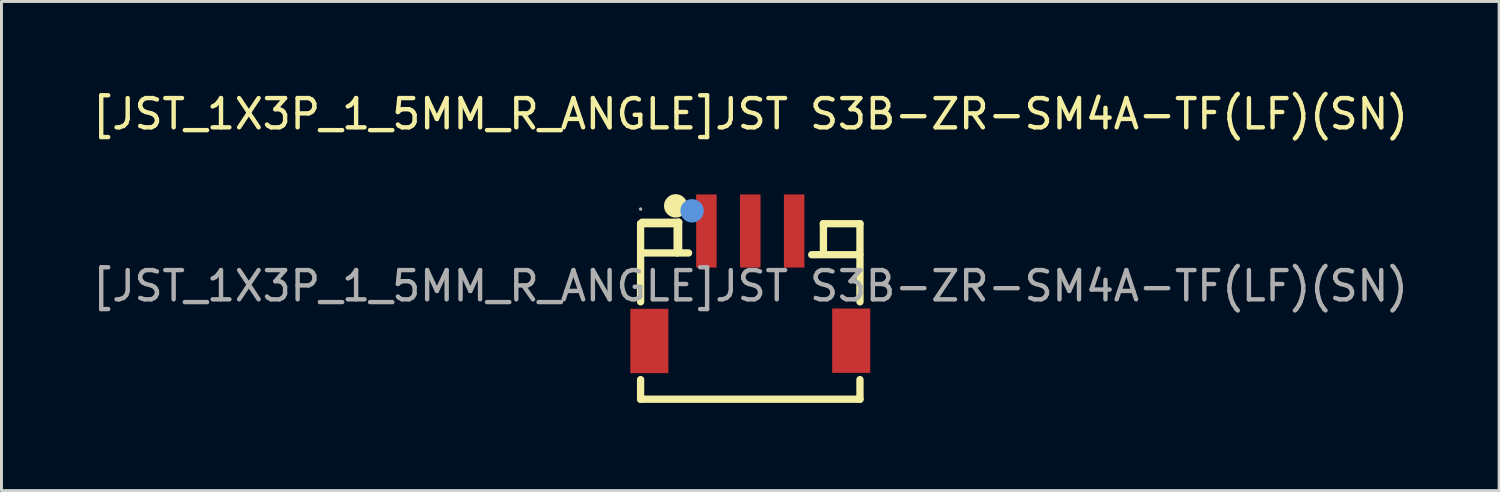
<source format=kicad_pcb>
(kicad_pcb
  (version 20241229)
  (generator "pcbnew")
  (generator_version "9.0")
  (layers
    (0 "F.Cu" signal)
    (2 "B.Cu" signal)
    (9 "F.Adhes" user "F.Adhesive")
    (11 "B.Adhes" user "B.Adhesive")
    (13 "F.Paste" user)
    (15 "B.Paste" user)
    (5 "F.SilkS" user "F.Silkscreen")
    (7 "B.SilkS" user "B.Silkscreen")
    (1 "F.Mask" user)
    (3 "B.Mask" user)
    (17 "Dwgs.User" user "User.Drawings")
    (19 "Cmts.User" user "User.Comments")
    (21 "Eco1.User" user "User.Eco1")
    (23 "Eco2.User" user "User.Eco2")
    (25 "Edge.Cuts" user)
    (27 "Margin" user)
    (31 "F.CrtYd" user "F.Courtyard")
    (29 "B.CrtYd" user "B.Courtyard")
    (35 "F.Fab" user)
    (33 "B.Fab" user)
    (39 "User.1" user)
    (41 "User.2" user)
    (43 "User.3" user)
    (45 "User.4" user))
  (footprint "[JST_1X3P_1_5MM_R_ANGLE]JST S3B-ZR-SM4A-TF(LF)(SN)"
    (layer "F.Cu")
    (at 22.601 6.728)
    (property "Reference" "[JST_1X3P_1_5MM_R_ANGLE]JST S3B-ZR-SM4A-TF(LF)(SN)" (at 0 -5.88 0) (layer "F.SilkS") (effects (font (size 1 1) (thickness 0.15))))
    (attr through_hole)
    (fp_line (start -3.75 -2.13) (end -3.75 0.54) (stroke (width 0.25) (type solid)) (layer "F.SilkS"))
    (fp_line (start -3.75 -2.13) (end -2.5 -2.13) (stroke (width 0.25) (type solid)) (layer "F.SilkS"))
    (fp_line (start -3.75 -1.13) (end -2.11 -1.13) (stroke (width 0.25) (type solid)) (layer "F.SilkS"))
    (fp_line (start -3.75 3.2) (end -3.75 3.87) (stroke (width 0.25) (type solid)) (layer "F.SilkS"))
    (fp_line (start -3.7 -2.18) (end -2.45 -2.18) (stroke (width 0.25) (type solid)) (layer "F.SilkS"))
    (fp_line (start -2.5 -2.13) (end -2.5 -2.13) (stroke (width 0.25) (type solid)) (layer "F.SilkS"))
    (fp_line (start -2.5 -2.13) (end -2.5 -1.13) (stroke (width 0.25) (type solid)) (layer "F.SilkS"))
    (fp_line (start -2.45 -2.18) (end -2.45 -2.18) (stroke (width 0.25) (type solid)) (layer "F.SilkS"))
    (fp_line (start -2.45 -2.18) (end -2.45 -1.18) (stroke (width 0.25) (type solid)) (layer "F.SilkS"))
    (fp_line (start 2.1 -1.07) (end 3.74 -1.07) (stroke (width 0.25) (type solid)) (layer "F.SilkS"))
    (fp_line (start 2.5 -2.13) (end 2.5 -2.13) (stroke (width 0.25) (type solid)) (layer "F.SilkS"))
    (fp_line (start 2.5 -2.13) (end 2.5 -1.13) (stroke (width 0.25) (type solid)) (layer "F.SilkS"))
    (fp_line (start 3.75 -2.13) (end 2.5 -2.13) (stroke (width 0.25) (type solid)) (layer "F.SilkS"))
    (fp_line (start 3.75 -2.13) (end 3.75 0.54) (stroke (width 0.25) (type solid)) (layer "F.SilkS"))
    (fp_line (start 3.75 3.2) (end 3.75 3.87) (stroke (width 0.25) (type solid)) (layer "F.SilkS"))
    (fp_line (start 3.75 3.87) (end -3.75 3.87) (stroke (width 0.25) (type solid)) (layer "F.SilkS"))
    (fp_circle (center -2.55 -2.74) (end -2.35 -2.74) (stroke (width 0.4) (type solid)) (fill no) (layer "F.SilkS"))
    (fp_circle (center -1.99 -2.57) (end -1.79 -2.57) (stroke (width 0.4) (type solid)) (fill no) (layer "Cmts.User"))
    (fp_circle (center -3.75 -2.63) (end -3.72 -2.63) (stroke (width 0.06) (type solid)) (fill no) (layer "F.Fab"))
    (fp_text user "${REFERENCE}" (at 0 0 0) (layer "F.Fab") (effects (font (size 1 1) (thickness 0.15))))
    (pad "1" smd rect (at -1.5 -1.88) (size 0.7 2.5) (layers "F.Cu" "F.Mask" "F.Paste"))
    (pad "2" smd rect (at 0 -1.88) (size 0.7 2.5) (layers "F.Cu" "F.Mask" "F.Paste"))
    (pad "3" smd rect (at 1.5 -1.88) (size 0.7 2.5) (layers "F.Cu" "F.Mask" "F.Paste"))
    (pad "4" smd rect (at 3.45 1.87) (size 1.3 2.2) (layers "F.Cu" "F.Mask" "F.Paste"))
    (pad "5" smd rect (at -3.45 1.88) (size 1.3 2.2) (layers "F.Cu" "F.Mask" "F.Paste")))
  (gr_rect
    (start -3 -3)
    (end 48.202 13.723)
    (stroke (width 0.1) (type default))
    (fill no)
    (layer "Edge.Cuts")))
</source>
